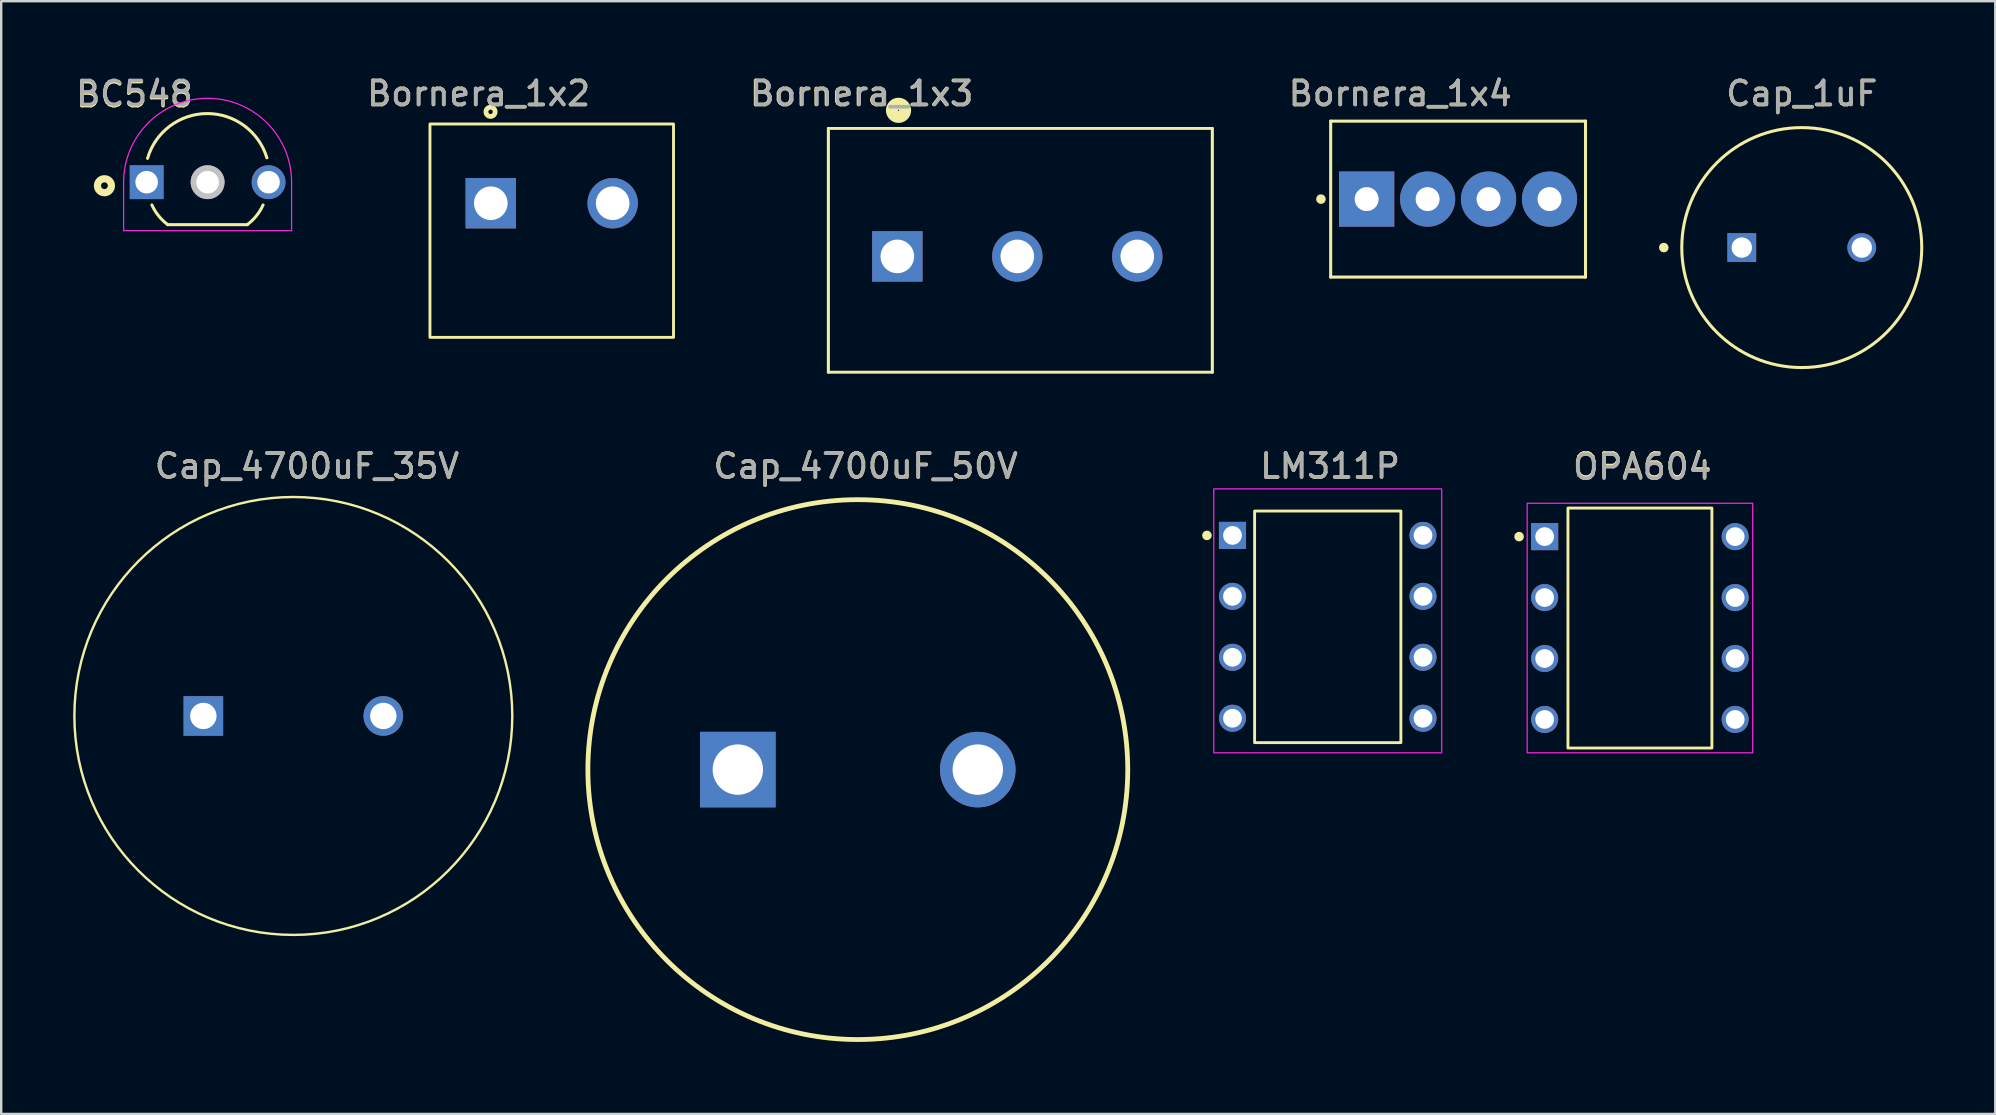
<source format=kicad_pcb>
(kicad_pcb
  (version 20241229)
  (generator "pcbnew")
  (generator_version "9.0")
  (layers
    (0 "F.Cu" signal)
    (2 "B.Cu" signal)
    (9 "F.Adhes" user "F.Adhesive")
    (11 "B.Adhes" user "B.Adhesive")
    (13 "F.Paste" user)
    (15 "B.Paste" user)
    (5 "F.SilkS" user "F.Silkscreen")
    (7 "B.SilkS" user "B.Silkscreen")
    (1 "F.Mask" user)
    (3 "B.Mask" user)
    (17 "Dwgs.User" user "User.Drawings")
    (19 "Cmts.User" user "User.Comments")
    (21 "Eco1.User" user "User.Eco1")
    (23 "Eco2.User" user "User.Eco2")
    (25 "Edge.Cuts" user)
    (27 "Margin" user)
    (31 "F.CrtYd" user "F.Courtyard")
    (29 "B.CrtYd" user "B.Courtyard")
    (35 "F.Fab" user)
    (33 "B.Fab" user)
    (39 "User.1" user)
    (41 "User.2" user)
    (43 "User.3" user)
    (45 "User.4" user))
  (footprint "Cap_1uF"
    (layer "F.Cu")
    (at 72.04 7.268)
    (property "Reference" "Cap_1uF" (at 0 -6.42 0) (unlocked yes) (layer "F.SilkS") (effects (font (size 1 1) (thickness 0.15))))
    (attr smd)
    (fp_circle (center -5.75 0) (end -5.65 0) (stroke (width 0.2) (type solid)) (fill no) (layer "F.SilkS"))
    (fp_circle (center 0 0) (end 5 0) (stroke (width 0.127) (type solid)) (fill no) (layer "F.SilkS"))
    (fp_text user "${REFERENCE}" (at 0 -6.42 0) (unlocked yes) (layer "F.Fab") (effects (font (size 1 1) (thickness 0.15))))
    (pad "1" thru_hole rect (at -2.5 0) (size 1.2 1.2) (drill 0.85) (layers "*.Cu" "*.Mask"))
    (pad "2" thru_hole circle (at 2.5 0) (size 1.2 1.2) (drill 0.85) (layers "*.Cu" "*.Mask")))
  (footprint "BC548"
    (layer "F.Cu")
    (at 5.602 3.69)
    (property "Reference" "BC548" (at -3.048 -2.794 0) (unlocked yes) (layer "F.SilkS") (effects (font (size 1 1) (thickness 0.15))))
    (attr through_hole)
    (fp_line (start -1.661 2.623) (end 1.661 2.623) (stroke (width 0.127) (type solid)) (layer "F.SilkS"))
    (fp_arc (start -2.503001 -0.139) (mid -0.024214 -2.00713) (end 2.471 -0.161) (stroke (width 0.127) (type solid)) (layer "F.SilkS"))
    (fp_arc (start -1.661 2.623) (mid -2.043849 2.253545) (end -2.322 1.8) (stroke (width 0.127) (type solid)) (layer "F.SilkS"))
    (fp_arc (start 2.312 1.801) (mid 2.033849 2.254545) (end 1.651 2.624) (stroke (width 0.127) (type solid)) (layer "F.SilkS"))
    (fp_circle (center -4.3 1) (end -4.159 1) (stroke (width 0.3) (type solid)) (fill no) (layer "F.SilkS"))
    (fp_line (start -3.5 0.858) (end -3.5 2.873) (stroke (width 0.05) (type solid)) (layer "F.CrtYd"))
    (fp_line (start -3.5 2.873) (end 3.5 2.873) (stroke (width 0.05) (type solid)) (layer "F.CrtYd"))
    (fp_line (start 3.5 0.858) (end 3.5 2.873) (stroke (width 0.05) (type solid)) (layer "F.CrtYd"))
    (fp_arc (start -3.5 0.8575) (mid 0 -2.6425) (end 3.5 0.8575) (stroke (width 0.05) (type solid)) (layer "F.CrtYd"))
    (fp_text user "${REFERENCE}" (at -3.048 -2.842 0) (unlocked yes) (layer "F.Fab") (effects (font (size 1 1) (thickness 0.15))))
    (pad "1" thru_hole rect (at -2.54 0.853) (size 1.41 1.41) (drill 0.94) (layers "*.Cu" "*.Mask"))
    (pad "2" thru_hole circle (at 0 0.853) (size 1.41 1.41) (drill 0.94) (layers "*.Cu" "*.Mask" "Dwgs.User"))
    (pad "3" thru_hole circle (at 2.54 0.853) (size 1.41 1.41) (drill 0.94) (layers "*.Cu" "*.Mask")))
  (footprint "Bornera_1x4"
    (layer "F.Cu")
    (at 53.907 5.248)
    (property "Reference" "Bornera_1x4" (at 1.4 -4.4 0) (unlocked yes) (layer "F.SilkS") (effects (font (size 1 1) (thickness 0.15))))
    (attr through_hole)
    (fp_line (start -1.5 -3.25) (end -1.5 3.25) (stroke (width 0.127) (type solid)) (layer "F.SilkS"))
    (fp_line (start -1.5 -3.25) (end 9.12 -3.25) (stroke (width 0.127) (type solid)) (layer "F.SilkS"))
    (fp_line (start -1.5 3.25) (end 9.12 3.25) (stroke (width 0.127) (type solid)) (layer "F.SilkS"))
    (fp_line (start 9.12 -3.25) (end 9.12 3.25) (stroke (width 0.127) (type solid)) (layer "F.SilkS"))
    (fp_circle (center -1.905 0) (end -1.805 0) (stroke (width 0.2) (type solid)) (fill no) (layer "F.SilkS"))
    (fp_text user "${REFERENCE}" (at 1.4 -4.4 0) (unlocked yes) (layer "F.Fab") (effects (font (size 1 1) (thickness 0.15))))
    (pad "1" thru_hole rect (at 0 0) (size 2.3 2.3) (drill 1) (layers "*.Cu" "*.Mask"))
    (pad "2" thru_hole circle (at 2.54 0) (size 2.3 2.3) (drill 1) (layers "*.Cu" "*.Mask"))
    (pad "3" thru_hole circle (at 5.08 0) (size 2.3 2.3) (drill 1) (layers "*.Cu" "*.Mask"))
    (pad "4" thru_hole circle (at 7.62 0) (size 2.3 2.3) (drill 1) (layers "*.Cu" "*.Mask")))
  (footprint "Cap_4700uF_35V"
    (layer "F.Cu")
    (at 5.425 26.788)
    (property "Reference" "Cap_4700uF_35V" (at 4.318 -10.414 0) (unlocked yes) (layer "F.SilkS") (effects (font (size 1 1) (thickness 0.15))))
    (attr smd)
    (fp_circle (center 3.75 0) (end 12.875 0) (stroke (width 0.1) (type solid)) (fill no) (layer "F.SilkS"))
    (fp_text user "${REFERENCE}" (at 4.318 -10.414 0) (unlocked yes) (layer "F.Fab") (effects (font (size 1 1) (thickness 0.15))))
    (pad "1" thru_hole rect (at 0 0) (size 1.65 1.65) (drill 1.1) (layers "*.Cu" "*.Mask"))
    (pad "2" thru_hole circle (at 7.5 0) (size 1.65 1.65) (drill 1.1) (layers "*.Cu" "*.Mask")))
  (footprint "Cap_4700uF_50V"
    (layer "F.Cu")
    (at 27.7 29.024)
    (property "Reference" "Cap_4700uF_50V" (at 5.33 -12.65 0) (unlocked yes) (layer "F.SilkS") (effects (font (size 1 1) (thickness 0.15))))
    (attr smd)
    (fp_circle (center 5 0) (end 16.25 0) (stroke (width 0.2) (type solid)) (fill no) (layer "F.SilkS"))
    (fp_text user "${REFERENCE}" (at 5.32 -12.64 0) (unlocked yes) (layer "F.Fab") (effects (font (size 1 1) (thickness 0.15))))
    (pad "1" thru_hole rect (at 0 0) (size 3.15 3.15) (drill 2.1) (layers "*.Cu" "*.Mask"))
    (pad "2" thru_hole circle (at 10 0) (size 3.15 3.15) (drill 2.1) (layers "*.Cu" "*.Mask")))
  (footprint "LM311P"
    (layer "F.Cu")
    (at 52.285 23.074)
    (property "Reference" "LM311P" (at 0.1 -6.7 0) (unlocked yes) (layer "F.SilkS") (effects (font (size 1 1) (thickness 0.15))))
    (attr smd)
    (fp_rect (start -3.048 -4.826) (end 3.048 4.826) (stroke (width 0.12) (type solid)) (fill no) (layer "F.SilkS"))
    (fp_circle (center -5.035 -3.81) (end -4.935 -3.81) (stroke (width 0.2) (type solid)) (fill no) (layer "F.SilkS"))
    (fp_rect (start -4.75 -5.75) (end 4.75 5.25) (stroke (width 0.05) (type solid)) (fill no) (layer "F.CrtYd"))
    (fp_text user "${REFERENCE}" (at 0.1 -6.7 0) (unlocked yes) (layer "F.Fab") (effects (font (size 1 1) (thickness 0.15))))
    (pad "1" thru_hole rect (at -3.97 -3.81) (size 1.13 1.13) (drill 0.78) (layers "*.Cu" "*.Mask"))
    (pad "2" thru_hole circle (at -3.97 -1.27) (size 1.13 1.13) (drill 0.78) (layers "*.Cu" "*.Mask"))
    (pad "3" thru_hole circle (at -3.97 1.27) (size 1.13 1.13) (drill 0.78) (layers "*.Cu" "*.Mask"))
    (pad "4" thru_hole circle (at -3.97 3.81) (size 1.13 1.13) (drill 0.78) (layers "*.Cu" "*.Mask"))
    (pad "5" thru_hole circle (at 3.97 3.81) (size 1.13 1.13) (drill 0.78) (layers "*.Cu" "*.Mask"))
    (pad "6" thru_hole circle (at 3.97 1.27) (size 1.13 1.13) (drill 0.78) (layers "*.Cu" "*.Mask"))
    (pad "7" thru_hole circle (at 3.97 -1.27) (size 1.13 1.13) (drill 0.78) (layers "*.Cu" "*.Mask"))
    (pad "8" thru_hole circle (at 3.97 -3.81) (size 1.13 1.13) (drill 0.78) (layers "*.Cu" "*.Mask")))
  (footprint "OPA604"
    (layer "F.Cu")
    (at 65.295 23.124)
    (property "Reference" "OPA604" (at 0.1 -6.75 0) (unlocked yes) (layer "F.SilkS") (effects (font (size 1 1) (thickness 0.15))))
    (attr through_hole)
    (fp_rect (start -3 -5) (end 3 5) (stroke (width 0.12) (type solid)) (fill no) (layer "F.SilkS"))
    (fp_circle (center -5.035 -3.81) (end -4.935 -3.81) (stroke (width 0.2) (type solid)) (fill no) (layer "F.SilkS"))
    (fp_rect (start -4.7 -5.2) (end 4.7 5.2) (stroke (width 0.05) (type solid)) (fill no) (layer "F.CrtYd"))
    (fp_text user "${REFERENCE}" (at 0.1 -6.7 0) (unlocked yes) (layer "F.Fab") (effects (font (size 1 1) (thickness 0.15))))
    (pad "1" thru_hole rect (at -3.97 -3.81) (size 1.13 1.13) (drill 0.78) (layers "*.Cu" "*.Mask"))
    (pad "2" thru_hole circle (at -3.97 -1.27) (size 1.13 1.13) (drill 0.78) (layers "*.Cu" "*.Mask"))
    (pad "3" thru_hole circle (at -3.97 1.27) (size 1.13 1.13) (drill 0.78) (layers "*.Cu" "*.Mask"))
    (pad "4" thru_hole circle (at -3.97 3.81) (size 1.13 1.13) (drill 0.78) (layers "*.Cu" "*.Mask"))
    (pad "5" thru_hole circle (at 3.97 3.81) (size 1.13 1.13) (drill 0.78) (layers "*.Cu" "*.Mask"))
    (pad "6" thru_hole circle (at 3.97 1.27) (size 1.13 1.13) (drill 0.78) (layers "*.Cu" "*.Mask"))
    (pad "7" thru_hole circle (at 3.97 -1.27) (size 1.13 1.13) (drill 0.78) (layers "*.Cu" "*.Mask"))
    (pad "8" thru_hole circle (at 3.97 -3.81) (size 1.13 1.13) (drill 0.78) (layers "*.Cu" "*.Mask")))
  (footprint "Bornera_1x2"
    (layer "F.Cu")
    (at 19.944 5.42)
    (property "Reference" "Bornera_1x2" (at -3.048 -4.572 0) (unlocked yes) (layer "F.SilkS") (effects (font (size 1 1) (thickness 0.15))))
    (attr through_hole)
    (fp_rect (start -5.075 -3.302) (end 5.075 5.59) (stroke (width 0.12) (type solid)) (fill no) (layer "F.SilkS"))
    (fp_circle (center -2.55 -3.81) (end -2.46 -3.79) (stroke (width 0.2) (type solid)) (fill no) (layer "F.SilkS"))
    (fp_text user "${REFERENCE}" (at -3.05 -4.572 0) (unlocked yes) (layer "F.Fab") (effects (font (size 1 1) (thickness 0.15))))
    (pad "1" thru_hole rect (at -2.54 0) (size 2.1 2.1) (drill 1.4) (layers "*.Cu" "*.Mask"))
    (pad "2" thru_hole circle (at 2.54 0) (size 2.1 2.1) (drill 1.4) (layers "*.Cu" "*.Mask")))
  (footprint "Bornera_1x3"
    (layer "F.Cu")
    (at 39.347 7.636)
    (property "Reference" "Bornera_1x3" (at -6.5 -6.788 0) (unlocked yes) (layer "F.SilkS") (effects (font (size 1 1) (thickness 0.15))))
    (attr through_hole)
    (fp_line (start -7.874 -5.334) (end -7.874 4.826) (stroke (width 0.127) (type solid)) (layer "F.SilkS"))
    (fp_line (start -7.874 -5.334) (end 8.128 -5.334) (stroke (width 0.12) (type solid)) (layer "F.SilkS"))
    (fp_line (start -7.874 4.826) (end 8.128 4.826) (stroke (width 0.12) (type solid)) (layer "F.SilkS"))
    (fp_line (start 8.128 -5.334) (end 8.128 4.826) (stroke (width 0.127) (type solid)) (layer "F.SilkS"))
    (fp_circle (center -4.95 -6.088) (end -4.925 -6.088) (stroke (width 0.5) (type solid)) (fill no) (layer "F.SilkS"))
    (fp_text user "${REFERENCE}" (at -6.47 -6.788 0) (unlocked yes) (layer "F.Fab") (effects (font (size 1 1) (thickness 0.15))))
    (pad "1" thru_hole rect (at -5 0) (size 2.1 2.1) (drill 1.4) (layers "*.Cu" "*.Mask"))
    (pad "2" thru_hole circle (at 0 0) (size 2.1 2.1) (drill 1.4) (layers "*.Cu" "*.Mask"))
    (pad "3" thru_hole circle (at 5 0) (size 2.1 2.1) (drill 1.4) (layers "*.Cu" "*.Mask")))
  (gr_rect
    (start -3 -3)
    (end 80.104 43.374)
    (stroke (width 0.1) (type default))
    (fill no)
    (layer "Edge.Cuts")))
</source>
